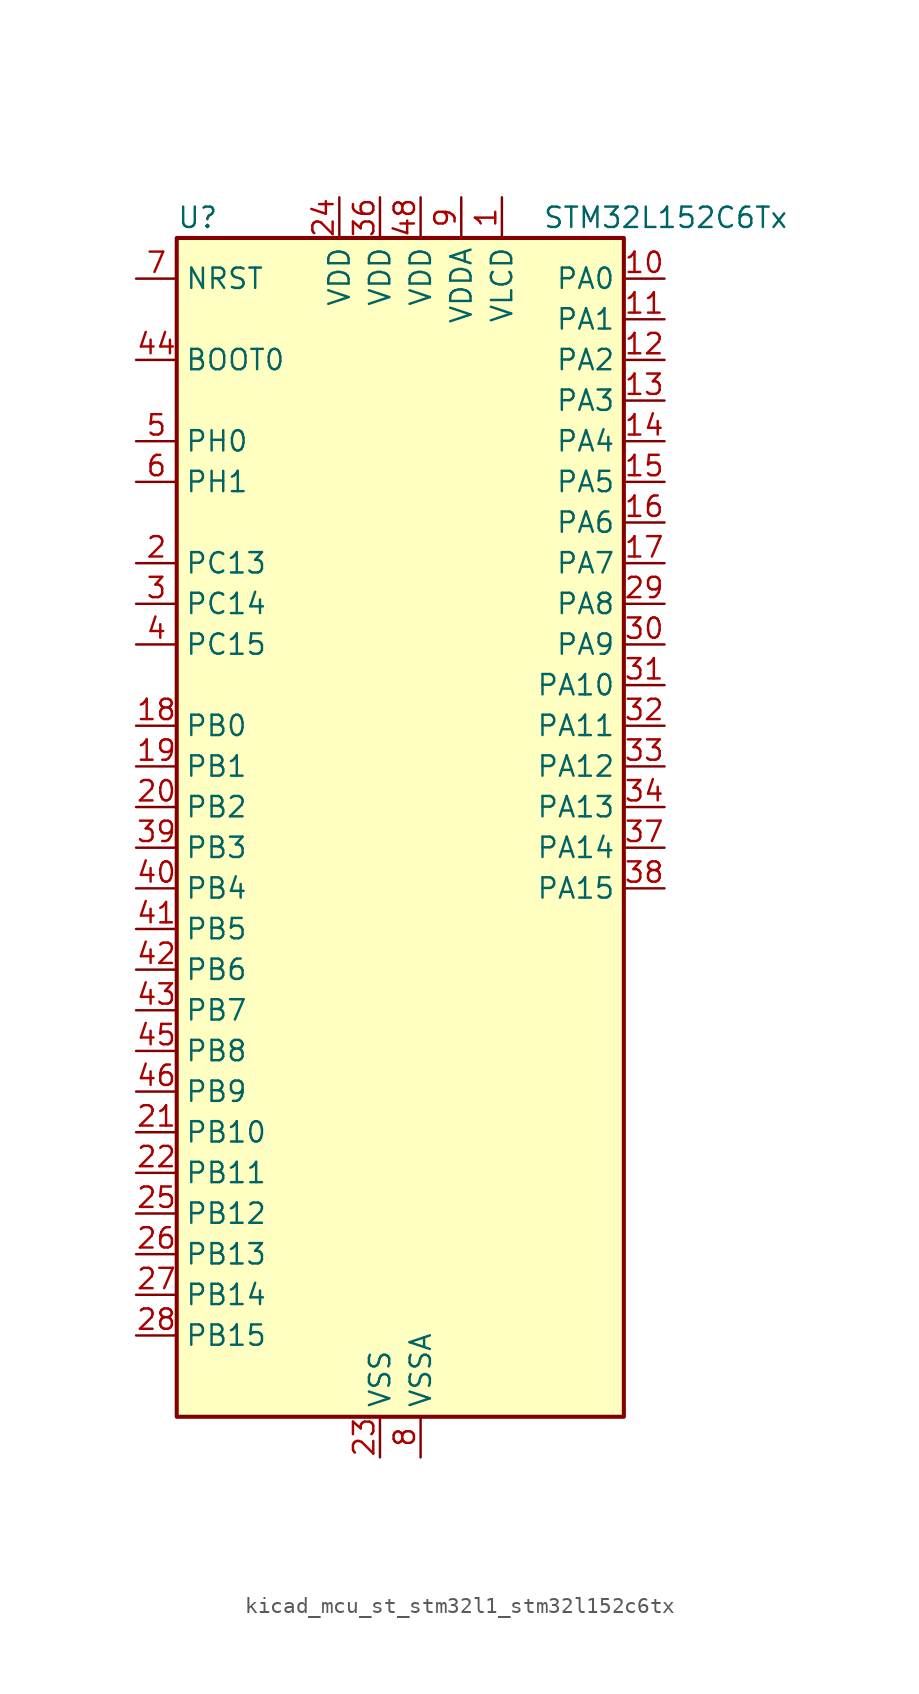
<source format=kicad_sym>
(kicad_symbol_lib
  (version 20220914)
  (generator kicad_symbol_editor)
  (symbol "kicad_mcu_st_stm32l1_stm32l152c6tx"
    (property "Reference" "U"
      (at -12.7 39.37 0)
      (effects (font (size 1.27 1.27)) (justify left)))
    (property "Value" "STM32L152C6Tx"
      (at 10.16 39.37 0)
      (effects (font (size 1.27 1.27)) (justify left)))
    (property "ki_locked" ""
      (at 0 0 0)
      (effects (font (size 1.27 1.27))))
    (symbol "kicad_mcu_st_stm32l1_stm32l152c6tx_0_1"
      (rectangle (start -12.7 -35.56) (end 15.24 38.1) (stroke (width 0.254) (type default)) (fill (type background))))
    (symbol "kicad_mcu_st_stm32l1_stm32l152c6tx_1_1"
      (pin power_in line (at 7.62 40.64 270) (length 2.54) (name "VLCD" (effects (font (size 1.27 1.27)))) (number "1" (effects (font (size 1.27 1.27)))))
      (pin bidirectional line (at 17.78 35.56 180) (length 2.54) (name "PA0" (effects (font (size 1.27 1.27)))) (number "10" (effects (font (size 1.27 1.27)))) (alternate "ADC_IN0" bidirectional line) (alternate "COMP1_INP" bidirectional line) (alternate "SYS_WKUP1" bidirectional line) (alternate "TIM2_CH1" bidirectional line) (alternate "TIM2_ETR" bidirectional line) (alternate "TIMX_IC1" bidirectional line) (alternate "TS_G1_IO1" bidirectional line) (alternate "USART2_CTS" bidirectional line))
      (pin bidirectional line (at 17.78 33.02 180) (length 2.54) (name "PA1" (effects (font (size 1.27 1.27)))) (number "11" (effects (font (size 1.27 1.27)))) (alternate "ADC_IN1" bidirectional line) (alternate "COMP1_INP" bidirectional line) (alternate "LCD_SEG0" bidirectional line) (alternate "TIM2_CH2" bidirectional line) (alternate "TIMX_IC2" bidirectional line) (alternate "TS_G1_IO2" bidirectional line) (alternate "USART2_RTS" bidirectional line))
      (pin bidirectional line (at 17.78 30.48 180) (length 2.54) (name "PA2" (effects (font (size 1.27 1.27)))) (number "12" (effects (font (size 1.27 1.27)))) (alternate "ADC_IN2" bidirectional line) (alternate "COMP1_INP" bidirectional line) (alternate "LCD_SEG1" bidirectional line) (alternate "TIM2_CH3" bidirectional line) (alternate "TIM9_CH1" bidirectional line) (alternate "TIMX_IC3" bidirectional line) (alternate "TS_G1_IO3" bidirectional line) (alternate "USART2_TX" bidirectional line))
      (pin bidirectional line (at 17.78 27.94 180) (length 2.54) (name "PA3" (effects (font (size 1.27 1.27)))) (number "13" (effects (font (size 1.27 1.27)))) (alternate "ADC_IN3" bidirectional line) (alternate "COMP1_INP" bidirectional line) (alternate "LCD_SEG2" bidirectional line) (alternate "TIM2_CH4" bidirectional line) (alternate "TIM9_CH2" bidirectional line) (alternate "TIMX_IC4" bidirectional line) (alternate "TS_G1_IO4" bidirectional line) (alternate "USART2_RX" bidirectional line))
      (pin bidirectional line (at 17.78 25.4 180) (length 2.54) (name "PA4" (effects (font (size 1.27 1.27)))) (number "14" (effects (font (size 1.27 1.27)))) (alternate "ADC_IN4" bidirectional line) (alternate "COMP1_INP" bidirectional line) (alternate "DAC_OUT1" bidirectional line) (alternate "SPI1_NSS" bidirectional line) (alternate "TIMX_IC1" bidirectional line) (alternate "USART2_CK" bidirectional line))
      (pin bidirectional line (at 17.78 22.86 180) (length 2.54) (name "PA5" (effects (font (size 1.27 1.27)))) (number "15" (effects (font (size 1.27 1.27)))) (alternate "ADC_IN5" bidirectional line) (alternate "COMP1_INP" bidirectional line) (alternate "DAC_OUT2" bidirectional line) (alternate "SPI1_SCK" bidirectional line) (alternate "TIM2_CH1" bidirectional line) (alternate "TIM2_ETR" bidirectional line) (alternate "TIMX_IC2" bidirectional line))
      (pin bidirectional line (at 17.78 20.32 180) (length 2.54) (name "PA6" (effects (font (size 1.27 1.27)))) (number "16" (effects (font (size 1.27 1.27)))) (alternate "ADC_IN6" bidirectional line) (alternate "COMP1_INP" bidirectional line) (alternate "LCD_SEG3" bidirectional line) (alternate "SPI1_MISO" bidirectional line) (alternate "TIM10_CH1" bidirectional line) (alternate "TIM3_CH1" bidirectional line) (alternate "TIMX_IC3" bidirectional line) (alternate "TS_G2_IO1" bidirectional line))
      (pin bidirectional line (at 17.78 17.78 180) (length 2.54) (name "PA7" (effects (font (size 1.27 1.27)))) (number "17" (effects (font (size 1.27 1.27)))) (alternate "ADC_IN7" bidirectional line) (alternate "COMP1_INP" bidirectional line) (alternate "LCD_SEG4" bidirectional line) (alternate "SPI1_MOSI" bidirectional line) (alternate "TIM11_CH1" bidirectional line) (alternate "TIM3_CH2" bidirectional line) (alternate "TIMX_IC4" bidirectional line) (alternate "TS_G2_IO2" bidirectional line))
      (pin bidirectional line (at -15.24 7.62 0) (length 2.54) (name "PB0" (effects (font (size 1.27 1.27)))) (number "18" (effects (font (size 1.27 1.27)))) (alternate "ADC_IN8" bidirectional line) (alternate "COMP1_INP" bidirectional line) (alternate "LCD_SEG5" bidirectional line) (alternate "SYS_V_REF_OUT" bidirectional line) (alternate "TIM3_CH3" bidirectional line) (alternate "TS_G3_IO1" bidirectional line))
      (pin bidirectional line (at -15.24 5.08 0) (length 2.54) (name "PB1" (effects (font (size 1.27 1.27)))) (number "19" (effects (font (size 1.27 1.27)))) (alternate "ADC_IN9" bidirectional line) (alternate "COMP1_INP" bidirectional line) (alternate "LCD_SEG6" bidirectional line) (alternate "SYS_V_REF_OUT" bidirectional line) (alternate "TIM3_CH4" bidirectional line) (alternate "TS_G3_IO2" bidirectional line))
      (pin bidirectional line (at -15.24 17.78 0) (length 2.54) (name "PC13" (effects (font (size 1.27 1.27)))) (number "2" (effects (font (size 1.27 1.27)))) (alternate "RTC_OUT_ALARM" bidirectional line) (alternate "RTC_OUT_CALIB" bidirectional line) (alternate "RTC_TAMP1" bidirectional line) (alternate "RTC_TS" bidirectional line) (alternate "SYS_WKUP2" bidirectional line) (alternate "TIMX_IC2" bidirectional line))
      (pin bidirectional line (at -15.24 2.54 0) (length 2.54) (name "PB2" (effects (font (size 1.27 1.27)))) (number "20" (effects (font (size 1.27 1.27)))))
      (pin bidirectional line (at -15.24 -17.78 0) (length 2.54) (name "PB10" (effects (font (size 1.27 1.27)))) (number "21" (effects (font (size 1.27 1.27)))) (alternate "I2C2_SCL" bidirectional line) (alternate "LCD_SEG10" bidirectional line) (alternate "TIM2_CH3" bidirectional line) (alternate "USART3_TX" bidirectional line))
      (pin bidirectional line (at -15.24 -20.32 0) (length 2.54) (name "PB11" (effects (font (size 1.27 1.27)))) (number "22" (effects (font (size 1.27 1.27)))) (alternate "ADC_EXTI11" bidirectional line) (alternate "I2C2_SDA" bidirectional line) (alternate "LCD_SEG11" bidirectional line) (alternate "TIM2_CH4" bidirectional line) (alternate "USART3_RX" bidirectional line))
      (pin power_in line (at 0 -38.1 90) (length 2.54) (name "VSS" (effects (font (size 1.27 1.27)))) (number "23" (effects (font (size 1.27 1.27)))))
      (pin power_in line (at -2.54 40.64 270) (length 2.54) (name "VDD" (effects (font (size 1.27 1.27)))) (number "24" (effects (font (size 1.27 1.27)))))
      (pin bidirectional line (at -15.24 -22.86 0) (length 2.54) (name "PB12" (effects (font (size 1.27 1.27)))) (number "25" (effects (font (size 1.27 1.27)))) (alternate "ADC_IN18" bidirectional line) (alternate "COMP1_INP" bidirectional line) (alternate "I2C2_SMBA" bidirectional line) (alternate "LCD_SEG12" bidirectional line) (alternate "SPI2_NSS" bidirectional line) (alternate "TIM10_CH1" bidirectional line) (alternate "TS_G7_IO1" bidirectional line) (alternate "USART3_CK" bidirectional line))
      (pin bidirectional line (at -15.24 -25.4 0) (length 2.54) (name "PB13" (effects (font (size 1.27 1.27)))) (number "26" (effects (font (size 1.27 1.27)))) (alternate "ADC_IN19" bidirectional line) (alternate "COMP1_INP" bidirectional line) (alternate "LCD_SEG13" bidirectional line) (alternate "SPI2_SCK" bidirectional line) (alternate "TIM9_CH1" bidirectional line) (alternate "TS_G7_IO2" bidirectional line) (alternate "USART3_CTS" bidirectional line))
      (pin bidirectional line (at -15.24 -27.94 0) (length 2.54) (name "PB14" (effects (font (size 1.27 1.27)))) (number "27" (effects (font (size 1.27 1.27)))) (alternate "ADC_IN20" bidirectional line) (alternate "COMP1_INP" bidirectional line) (alternate "LCD_SEG14" bidirectional line) (alternate "SPI2_MISO" bidirectional line) (alternate "TIM9_CH2" bidirectional line) (alternate "TS_G7_IO3" bidirectional line) (alternate "USART3_RTS" bidirectional line))
      (pin bidirectional line (at -15.24 -30.48 0) (length 2.54) (name "PB15" (effects (font (size 1.27 1.27)))) (number "28" (effects (font (size 1.27 1.27)))) (alternate "ADC_EXTI15" bidirectional line) (alternate "ADC_IN21" bidirectional line) (alternate "COMP1_INP" bidirectional line) (alternate "LCD_SEG15" bidirectional line) (alternate "RTC_REFIN" bidirectional line) (alternate "SPI2_MOSI" bidirectional line) (alternate "TIM11_CH1" bidirectional line) (alternate "TS_G7_IO4" bidirectional line))
      (pin bidirectional line (at 17.78 15.24 180) (length 2.54) (name "PA8" (effects (font (size 1.27 1.27)))) (number "29" (effects (font (size 1.27 1.27)))) (alternate "LCD_COM0" bidirectional line) (alternate "RCC_MCO" bidirectional line) (alternate "TIMX_IC1" bidirectional line) (alternate "TS_G4_IO1" bidirectional line) (alternate "USART1_CK" bidirectional line))
      (pin bidirectional line (at -15.24 15.24 0) (length 2.54) (name "PC14" (effects (font (size 1.27 1.27)))) (number "3" (effects (font (size 1.27 1.27)))) (alternate "RCC_OSC32_IN" bidirectional line) (alternate "TIMX_IC3" bidirectional line))
      (pin bidirectional line (at 17.78 12.7 180) (length 2.54) (name "PA9" (effects (font (size 1.27 1.27)))) (number "30" (effects (font (size 1.27 1.27)))) (alternate "DAC_EXTI9" bidirectional line) (alternate "LCD_COM1" bidirectional line) (alternate "TIMX_IC2" bidirectional line) (alternate "TS_G4_IO2" bidirectional line) (alternate "USART1_TX" bidirectional line))
      (pin bidirectional line (at 17.78 10.16 180) (length 2.54) (name "PA10" (effects (font (size 1.27 1.27)))) (number "31" (effects (font (size 1.27 1.27)))) (alternate "LCD_COM2" bidirectional line) (alternate "TIMX_IC3" bidirectional line) (alternate "TS_G4_IO3" bidirectional line) (alternate "USART1_RX" bidirectional line))
      (pin bidirectional line (at 17.78 7.62 180) (length 2.54) (name "PA11" (effects (font (size 1.27 1.27)))) (number "32" (effects (font (size 1.27 1.27)))) (alternate "ADC_EXTI11" bidirectional line) (alternate "SPI1_MISO" bidirectional line) (alternate "TIMX_IC4" bidirectional line) (alternate "USART1_CTS" bidirectional line) (alternate "USB_DM" bidirectional line))
      (pin bidirectional line (at 17.78 5.08 180) (length 2.54) (name "PA12" (effects (font (size 1.27 1.27)))) (number "33" (effects (font (size 1.27 1.27)))) (alternate "SPI1_MOSI" bidirectional line) (alternate "TIMX_IC1" bidirectional line) (alternate "USART1_RTS" bidirectional line) (alternate "USB_DP" bidirectional line))
      (pin bidirectional line (at 17.78 2.54 180) (length 2.54) (name "PA13" (effects (font (size 1.27 1.27)))) (number "34" (effects (font (size 1.27 1.27)))) (alternate "SYS_JTMS-SWDIO" bidirectional line) (alternate "TIMX_IC2" bidirectional line) (alternate "TS_G5_IO1" bidirectional line))
      (pin passive line (at 0 -38.1 90) (length 2.54) hide (name "VSS" (effects (font (size 1.27 1.27)))) (number "35" (effects (font (size 1.27 1.27)))))
      (pin power_in line (at 0 40.64 270) (length 2.54) (name "VDD" (effects (font (size 1.27 1.27)))) (number "36" (effects (font (size 1.27 1.27)))))
      (pin bidirectional line (at 17.78 0 180) (length 2.54) (name "PA14" (effects (font (size 1.27 1.27)))) (number "37" (effects (font (size 1.27 1.27)))) (alternate "SYS_JTCK-SWCLK" bidirectional line) (alternate "TIMX_IC3" bidirectional line) (alternate "TS_G5_IO2" bidirectional line))
      (pin bidirectional line (at 17.78 -2.54 180) (length 2.54) (name "PA15" (effects (font (size 1.27 1.27)))) (number "38" (effects (font (size 1.27 1.27)))) (alternate "ADC_EXTI15" bidirectional line) (alternate "LCD_SEG17" bidirectional line) (alternate "SPI1_NSS" bidirectional line) (alternate "SYS_JTDI" bidirectional line) (alternate "TIM2_CH1" bidirectional line) (alternate "TIM2_ETR" bidirectional line) (alternate "TIMX_IC4" bidirectional line) (alternate "TS_G5_IO3" bidirectional line))
      (pin bidirectional line (at -15.24 0 0) (length 2.54) (name "PB3" (effects (font (size 1.27 1.27)))) (number "39" (effects (font (size 1.27 1.27)))) (alternate "COMP2_INM" bidirectional line) (alternate "LCD_SEG7" bidirectional line) (alternate "SPI1_SCK" bidirectional line) (alternate "SYS_JTDO-TRACESWO" bidirectional line) (alternate "TIM2_CH2" bidirectional line))
      (pin bidirectional line (at -15.24 12.7 0) (length 2.54) (name "PC15" (effects (font (size 1.27 1.27)))) (number "4" (effects (font (size 1.27 1.27)))) (alternate "ADC_EXTI15" bidirectional line) (alternate "RCC_OSC32_OUT" bidirectional line) (alternate "TIMX_IC4" bidirectional line))
      (pin bidirectional line (at -15.24 -2.54 0) (length 2.54) (name "PB4" (effects (font (size 1.27 1.27)))) (number "40" (effects (font (size 1.27 1.27)))) (alternate "COMP2_INP" bidirectional line) (alternate "LCD_SEG8" bidirectional line) (alternate "SPI1_MISO" bidirectional line) (alternate "SYS_JTRST" bidirectional line) (alternate "TIM3_CH1" bidirectional line) (alternate "TS_G6_IO1" bidirectional line))
      (pin bidirectional line (at -15.24 -5.08 0) (length 2.54) (name "PB5" (effects (font (size 1.27 1.27)))) (number "41" (effects (font (size 1.27 1.27)))) (alternate "COMP2_INP" bidirectional line) (alternate "I2C1_SMBA" bidirectional line) (alternate "LCD_SEG9" bidirectional line) (alternate "SPI1_MOSI" bidirectional line) (alternate "TIM3_CH2" bidirectional line) (alternate "TS_G6_IO2" bidirectional line))
      (pin bidirectional line (at -15.24 -7.62 0) (length 2.54) (name "PB6" (effects (font (size 1.27 1.27)))) (number "42" (effects (font (size 1.27 1.27)))) (alternate "I2C1_SCL" bidirectional line) (alternate "TIM4_CH1" bidirectional line) (alternate "USART1_TX" bidirectional line))
      (pin bidirectional line (at -15.24 -10.16 0) (length 2.54) (name "PB7" (effects (font (size 1.27 1.27)))) (number "43" (effects (font (size 1.27 1.27)))) (alternate "I2C1_SDA" bidirectional line) (alternate "SYS_PVD_IN" bidirectional line) (alternate "TIM4_CH2" bidirectional line) (alternate "USART1_RX" bidirectional line))
      (pin input line (at -15.24 30.48 0) (length 2.54) (name "BOOT0" (effects (font (size 1.27 1.27)))) (number "44" (effects (font (size 1.27 1.27)))))
      (pin bidirectional line (at -15.24 -12.7 0) (length 2.54) (name "PB8" (effects (font (size 1.27 1.27)))) (number "45" (effects (font (size 1.27 1.27)))) (alternate "I2C1_SCL" bidirectional line) (alternate "LCD_SEG16" bidirectional line) (alternate "TIM10_CH1" bidirectional line) (alternate "TIM4_CH3" bidirectional line))
      (pin bidirectional line (at -15.24 -15.24 0) (length 2.54) (name "PB9" (effects (font (size 1.27 1.27)))) (number "46" (effects (font (size 1.27 1.27)))) (alternate "DAC_EXTI9" bidirectional line) (alternate "I2C1_SDA" bidirectional line) (alternate "LCD_COM3" bidirectional line) (alternate "TIM11_CH1" bidirectional line) (alternate "TIM4_CH4" bidirectional line))
      (pin passive line (at 0 -38.1 90) (length 2.54) hide (name "VSS" (effects (font (size 1.27 1.27)))) (number "47" (effects (font (size 1.27 1.27)))))
      (pin power_in line (at 2.54 40.64 270) (length 2.54) (name "VDD" (effects (font (size 1.27 1.27)))) (number "48" (effects (font (size 1.27 1.27)))))
      (pin bidirectional line (at -15.24 25.4 0) (length 2.54) (name "PH0" (effects (font (size 1.27 1.27)))) (number "5" (effects (font (size 1.27 1.27)))) (alternate "RCC_OSC_IN" bidirectional line))
      (pin bidirectional line (at -15.24 22.86 0) (length 2.54) (name "PH1" (effects (font (size 1.27 1.27)))) (number "6" (effects (font (size 1.27 1.27)))) (alternate "RCC_OSC_OUT" bidirectional line))
      (pin input line (at -15.24 35.56 0) (length 2.54) (name "NRST" (effects (font (size 1.27 1.27)))) (number "7" (effects (font (size 1.27 1.27)))))
      (pin power_in line (at 2.54 -38.1 90) (length 2.54) (name "VSSA" (effects (font (size 1.27 1.27)))) (number "8" (effects (font (size 1.27 1.27)))))
      (pin power_in line (at 5.08 40.64 270) (length 2.54) (name "VDDA" (effects (font (size 1.27 1.27)))) (number "9" (effects (font (size 1.27 1.27))))))))
</source>
